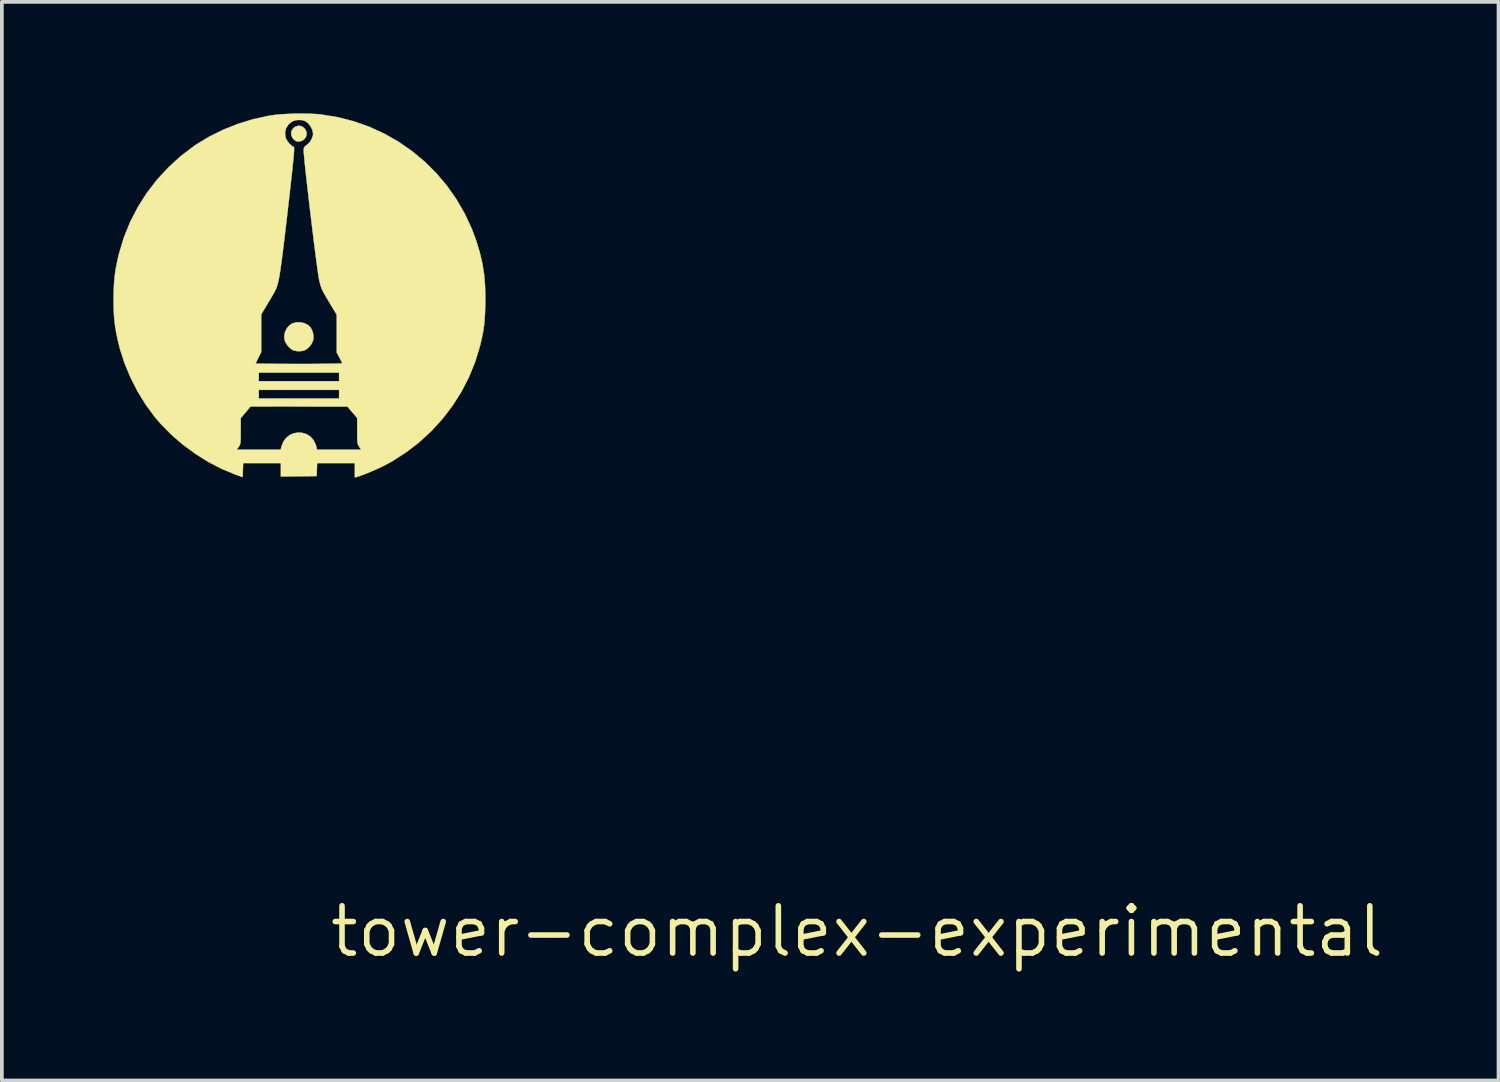
<source format=kicad_pcb>
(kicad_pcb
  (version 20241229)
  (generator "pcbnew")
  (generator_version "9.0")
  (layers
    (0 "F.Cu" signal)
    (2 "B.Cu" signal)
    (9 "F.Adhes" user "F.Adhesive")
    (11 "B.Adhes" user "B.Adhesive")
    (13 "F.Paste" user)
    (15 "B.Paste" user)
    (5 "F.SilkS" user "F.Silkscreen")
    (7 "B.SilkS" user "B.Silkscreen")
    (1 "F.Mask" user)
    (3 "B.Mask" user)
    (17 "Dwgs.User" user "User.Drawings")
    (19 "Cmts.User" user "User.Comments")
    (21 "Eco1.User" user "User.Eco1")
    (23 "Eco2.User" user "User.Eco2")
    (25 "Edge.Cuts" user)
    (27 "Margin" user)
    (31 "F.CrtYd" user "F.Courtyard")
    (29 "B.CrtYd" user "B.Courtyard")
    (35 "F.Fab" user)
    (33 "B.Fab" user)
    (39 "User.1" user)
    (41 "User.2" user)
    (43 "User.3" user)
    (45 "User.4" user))
  (footprint "tower-complex-experimental"
    (layer "F.Cu")
    (at 19.996 21.997)
    (property "Reference" "tower-complex-experimental" (at 0 0 0) (layer "F.SilkS") (effects (font (size 1.27 1.27) (thickness 0.15))))
    (attr through_hole)
    (fp_poly (pts (xy -14.906 -21.833) (xy -14.795 -21.79) (xy -14.705 -21.712) (xy -14.674 -21.671) (xy -14.626 -21.561) (xy -14.612 -21.441) (xy -14.632 -21.321) (xy -14.674 -21.235) (xy -14.722 -21.174) (xy -14.776 -21.126) (xy -14.795 -21.114) (xy -14.836 -21.087) (xy -14.854 -21.053) (xy -14.859 -20.994) (xy -14.859 -20.989) (xy -14.856 -20.937) (xy -14.849 -20.848) (xy -14.837 -20.725) (xy -14.821 -20.572) (xy -14.802 -20.395) (xy -14.78 -20.196) (xy -14.755 -19.98) (xy -14.729 -19.752) (xy -14.701 -19.515) (xy -14.672 -19.273) (xy -14.643 -19.032) (xy -14.614 -18.794) (xy -14.586 -18.565) (xy -14.558 -18.347) (xy -14.533 -18.147) (xy -14.509 -17.967) (xy -14.488 -17.812) (xy -14.47 -17.686) (xy -14.456 -17.593) (xy -14.446 -17.538) (xy -14.445 -17.537) (xy -14.425 -17.453) (xy -14.405 -17.383) (xy -14.382 -17.318) (xy -14.352 -17.251) (xy -14.31 -17.172) (xy -14.254 -17.074) (xy -14.181 -16.951) (xy -13.97 -16.598) (xy -13.97 -15.578) (xy -13.885 -15.409) (xy -13.8 -15.24) (xy -16.214 -15.24) (xy -16.129 -15.409) (xy -16.044 -15.578) (xy -16.044 -16.035) (xy -15.378 -16.035) (xy -15.376 -15.933) (xy -15.347 -15.834) (xy -15.288 -15.747) (xy -15.198 -15.676) (xy -15.168 -15.661) (xy -15.048 -15.626) (xy -14.93 -15.633) (xy -14.845 -15.662) (xy -14.747 -15.727) (xy -14.679 -15.816) (xy -14.642 -15.921) (xy -14.638 -16.033) (xy -14.668 -16.144) (xy -14.726 -16.236) (xy -14.806 -16.31) (xy -14.9 -16.35) (xy -15.014 -16.362) (xy -15.131 -16.344) (xy -15.227 -16.296) (xy -15.301 -16.224) (xy -15.352 -16.134) (xy -15.378 -16.035) (xy -16.044 -16.035) (xy -16.044 -16.598) (xy -15.834 -16.951) (xy -15.76 -17.076) (xy -15.704 -17.174) (xy -15.663 -17.253) (xy -15.632 -17.32) (xy -15.609 -17.385) (xy -15.589 -17.456) (xy -15.57 -17.537) (xy -15.56 -17.589) (xy -15.546 -17.679) (xy -15.529 -17.803) (xy -15.508 -17.956) (xy -15.485 -18.134) (xy -15.459 -18.333) (xy -15.432 -18.549) (xy -15.404 -18.777) (xy -15.375 -19.014) (xy -15.346 -19.256) (xy -15.317 -19.497) (xy -15.289 -19.735) (xy -15.263 -19.965) (xy -15.238 -20.182) (xy -15.215 -20.383) (xy -15.196 -20.563) (xy -15.179 -20.719) (xy -15.167 -20.846) (xy -15.159 -20.94) (xy -15.155 -20.997) (xy -15.155 -21.002) (xy -15.161 -21.06) (xy -15.187 -21.095) (xy -15.219 -21.114) (xy -15.302 -21.179) (xy -15.363 -21.272) (xy -15.397 -21.381) (xy -15.399 -21.439) (xy -15.199 -21.439) (xy -15.178 -21.365) (xy -15.124 -21.302) (xy -15.097 -21.284) (xy -15.036 -21.258) (xy -14.985 -21.257) (xy -14.923 -21.283) (xy -14.922 -21.283) (xy -14.853 -21.337) (xy -14.82 -21.412) (xy -14.817 -21.457) (xy -14.835 -21.537) (xy -14.884 -21.599) (xy -14.952 -21.637) (xy -15.03 -21.643) (xy -15.072 -21.632) (xy -15.145 -21.583) (xy -15.188 -21.515) (xy -15.199 -21.439) (xy -15.399 -21.439) (xy -15.402 -21.497) (xy -15.375 -21.609) (xy -15.372 -21.616) (xy -15.305 -21.722) (xy -15.215 -21.794) (xy -15.098 -21.833) (xy -15.04 -21.84) (xy -14.906 -21.833)) (stroke (width 0.01) (type solid)) (fill yes) (layer "F.Mask"))
    (fp_poly (pts (xy -14.925 -21.648) (xy -14.851 -21.589) (xy -14.849 -21.587) (xy -14.806 -21.509) (xy -14.8 -21.428) (xy -14.824 -21.354) (xy -14.875 -21.293) (xy -14.947 -21.253) (xy -15.036 -21.242) (xy -15.065 -21.246) (xy -15.109 -21.267) (xy -15.157 -21.309) (xy -15.165 -21.318) (xy -15.21 -21.399) (xy -15.217 -21.484) (xy -15.189 -21.563) (xy -15.129 -21.626) (xy -15.098 -21.643) (xy -15.008 -21.667) (xy -14.925 -21.648)) (stroke (width 0.01) (type solid)) (fill yes) (layer "F.SilkS"))
    (fp_poly (pts (xy -14.855 -16.354) (xy -14.757 -16.303) (xy -14.693 -16.239) (xy -14.64 -16.135) (xy -14.616 -16.019) (xy -14.623 -15.907) (xy -14.625 -15.899) (xy -14.666 -15.806) (xy -14.733 -15.718) (xy -14.812 -15.651) (xy -14.853 -15.628) (xy -14.948 -15.605) (xy -15.056 -15.604) (xy -15.153 -15.624) (xy -15.166 -15.629) (xy -15.24 -15.678) (xy -15.312 -15.753) (xy -15.368 -15.839) (xy -15.388 -15.885) (xy -15.404 -15.995) (xy -15.385 -16.108) (xy -15.336 -16.214) (xy -15.262 -16.301) (xy -15.192 -16.348) (xy -15.084 -16.379) (xy -14.967 -16.38) (xy -14.855 -16.354)) (stroke (width 0.01) (type solid)) (fill yes) (layer "F.SilkS"))
    (fp_poly (pts (xy -14.741 -21.989) (xy -14.567 -21.982) (xy -14.425 -21.97) (xy -13.976 -21.898) (xy -13.54 -21.787) (xy -13.119 -21.639) (xy -12.715 -21.454) (xy -12.331 -21.236) (xy -11.969 -20.985) (xy -11.629 -20.703) (xy -11.316 -20.392) (xy -11.03 -20.054) (xy -10.774 -19.69) (xy -10.549 -19.301) (xy -10.358 -18.891) (xy -10.231 -18.548) (xy -10.142 -18.249) (xy -10.075 -17.959) (xy -10.029 -17.668) (xy -10.003 -17.364) (xy -9.994 -17.037) (xy -9.997 -16.852) (xy -10.003 -16.641) (xy -10.014 -16.461) (xy -10.029 -16.3) (xy -10.051 -16.146) (xy -10.082 -15.988) (xy -10.122 -15.814) (xy -10.14 -15.74) (xy -10.269 -15.315) (xy -10.437 -14.904) (xy -10.641 -14.51) (xy -10.879 -14.134) (xy -11.15 -13.781) (xy -11.451 -13.452) (xy -11.779 -13.15) (xy -12.134 -12.878) (xy -12.511 -12.638) (xy -12.707 -12.532) (xy -12.82 -12.477) (xy -12.948 -12.419) (xy -13.081 -12.361) (xy -13.209 -12.308) (xy -13.324 -12.264) (xy -13.416 -12.232) (xy -13.451 -12.222) (xy -13.504 -12.209) (xy -13.504 -12.594) (xy -14.519 -12.594) (xy -14.525 -12.42) (xy -14.531 -12.245) (xy -15.494 -12.234) (xy -15.494 -12.594) (xy -16.508 -12.594) (xy -16.521 -12.218) (xy -16.718 -12.288) (xy -17.081 -12.438) (xy -17.441 -12.624) (xy -17.792 -12.844) (xy -17.942 -12.954) (xy -16.681 -12.954) (xy -15.499 -12.954) (xy -15.476 -13.044) (xy -15.424 -13.174) (xy -15.347 -13.276) (xy -15.251 -13.351) (xy -15.141 -13.397) (xy -15.025 -13.416) (xy -14.908 -13.406) (xy -14.797 -13.369) (xy -14.696 -13.304) (xy -14.614 -13.21) (xy -14.555 -13.089) (xy -14.544 -13.05) (xy -14.52 -12.954) (xy -13.333 -12.954) (xy -13.387 -13.033) (xy -13.407 -13.064) (xy -13.421 -13.094) (xy -13.431 -13.131) (xy -13.437 -13.182) (xy -13.44 -13.254) (xy -13.441 -13.356) (xy -13.441 -13.459) (xy -13.441 -13.806) (xy -13.573 -13.961) (xy -13.705 -14.115) (xy -16.309 -14.117) (xy -16.441 -13.96) (xy -16.573 -13.804) (xy -16.573 -13.458) (xy -16.574 -13.329) (xy -16.575 -13.235) (xy -16.579 -13.168) (xy -16.585 -13.121) (xy -16.596 -13.087) (xy -16.611 -13.057) (xy -16.627 -13.033) (xy -16.681 -12.954) (xy -17.942 -12.954) (xy -18.128 -13.091) (xy -18.441 -13.361) (xy -18.725 -13.649) (xy -18.879 -13.829) (xy -19.124 -14.161) (xy -19.345 -14.52) (xy -19.367 -14.563) (xy -16.087 -14.563) (xy -16.087 -14.33) (xy -13.928 -14.33) (xy -13.928 -14.563) (xy -16.087 -14.563) (xy -19.367 -14.563) (xy -19.537 -14.896) (xy -19.592 -15.028) (xy -16.087 -15.028) (xy -16.087 -14.796) (xy -13.928 -14.796) (xy -13.928 -15.028) (xy -16.087 -15.028) (xy -19.592 -15.028) (xy -19.694 -15.272) (xy -16.171 -15.272) (xy -16.151 -15.27) (xy -16.092 -15.268) (xy -15.998 -15.266) (xy -15.873 -15.265) (xy -15.722 -15.264) (xy -15.547 -15.262) (xy -15.353 -15.262) (xy -15.143 -15.261) (xy -15.007 -15.261) (xy -14.79 -15.261) (xy -14.585 -15.262) (xy -14.398 -15.264) (xy -14.232 -15.265) (xy -14.09 -15.267) (xy -13.977 -15.27) (xy -13.896 -15.272) (xy -13.851 -15.275) (xy -13.843 -15.277) (xy -13.853 -15.302) (xy -13.878 -15.354) (xy -13.913 -15.421) (xy -13.918 -15.43) (xy -13.991 -15.566) (xy -13.991 -16.583) (xy -14.2 -16.933) (xy -14.274 -17.057) (xy -14.329 -17.153) (xy -14.37 -17.23) (xy -14.4 -17.297) (xy -14.423 -17.362) (xy -14.443 -17.433) (xy -14.463 -17.518) (xy -14.465 -17.526) (xy -14.475 -17.583) (xy -14.49 -17.677) (xy -14.508 -17.804) (xy -14.529 -17.96) (xy -14.553 -18.14) (xy -14.579 -18.342) (xy -14.607 -18.56) (xy -14.635 -18.79) (xy -14.664 -19.028) (xy -14.693 -19.27) (xy -14.722 -19.512) (xy -14.75 -19.75) (xy -14.776 -19.979) (xy -14.801 -20.195) (xy -14.823 -20.395) (xy -14.842 -20.573) (xy -14.858 -20.726) (xy -14.869 -20.85) (xy -14.877 -20.941) (xy -14.879 -20.993) (xy -14.879 -20.994) (xy -14.876 -21.057) (xy -14.859 -21.097) (xy -14.82 -21.133) (xy -14.793 -21.152) (xy -14.718 -21.223) (xy -14.661 -21.315) (xy -14.63 -21.412) (xy -14.627 -21.448) (xy -14.645 -21.55) (xy -14.694 -21.652) (xy -14.768 -21.74) (xy -14.842 -21.793) (xy -14.921 -21.817) (xy -15.018 -21.822) (xy -15.114 -21.811) (xy -15.19 -21.782) (xy -15.288 -21.701) (xy -15.353 -21.6) (xy -15.381 -21.487) (xy -15.371 -21.368) (xy -15.358 -21.326) (xy -15.326 -21.266) (xy -15.279 -21.202) (xy -15.227 -21.148) (xy -15.18 -21.112) (xy -15.155 -21.103) (xy -15.147 -21.1) (xy -15.142 -21.089) (xy -15.139 -21.068) (xy -15.138 -21.033) (xy -15.14 -20.982) (xy -15.144 -20.914) (xy -15.152 -20.824) (xy -15.163 -20.711) (xy -15.177 -20.572) (xy -15.195 -20.404) (xy -15.217 -20.204) (xy -15.243 -19.971) (xy -15.274 -19.701) (xy -15.309 -19.392) (xy -15.313 -19.354) (xy -15.355 -18.991) (xy -15.394 -18.666) (xy -15.429 -18.379) (xy -15.46 -18.131) (xy -15.488 -17.923) (xy -15.512 -17.756) (xy -15.532 -17.629) (xy -15.548 -17.543) (xy -15.549 -17.539) (xy -15.569 -17.449) (xy -15.588 -17.377) (xy -15.61 -17.313) (xy -15.638 -17.249) (xy -15.675 -17.176) (xy -15.727 -17.086) (xy -15.795 -16.971) (xy -15.814 -16.94) (xy -16.023 -16.592) (xy -16.023 -15.578) (xy -16.097 -15.431) (xy -16.132 -15.36) (xy -16.158 -15.304) (xy -16.171 -15.274) (xy -16.171 -15.272) (xy -19.694 -15.272) (xy -19.698 -15.284) (xy -19.824 -15.675) (xy -19.883 -15.917) (xy -19.92 -16.098) (xy -19.948 -16.256) (xy -19.967 -16.403) (xy -19.98 -16.55) (xy -19.988 -16.71) (xy -19.991 -16.894) (xy -19.991 -16.997) (xy -19.988 -17.237) (xy -19.978 -17.448) (xy -19.96 -17.642) (xy -19.931 -17.832) (xy -19.892 -18.03) (xy -19.843 -18.236) (xy -19.713 -18.666) (xy -19.545 -19.081) (xy -19.339 -19.479) (xy -19.099 -19.858) (xy -18.824 -20.214) (xy -18.518 -20.546) (xy -18.183 -20.851) (xy -17.819 -21.127) (xy -17.759 -21.168) (xy -17.411 -21.377) (xy -17.037 -21.561) (xy -16.644 -21.717) (xy -16.241 -21.841) (xy -15.838 -21.929) (xy -15.646 -21.959) (xy -15.499 -21.973) (xy -15.323 -21.983) (xy -15.13 -21.99) (xy -14.932 -21.992) (xy -14.741 -21.989)) (stroke (width 0.01) (type solid)) (fill yes) (layer "F.SilkS")))
  (gr_rect
    (start -3 -3)
    (end 37.245 26.003)
    (stroke (width 0.1) (type default))
    (fill no)
    (layer "Edge.Cuts")))
</source>
